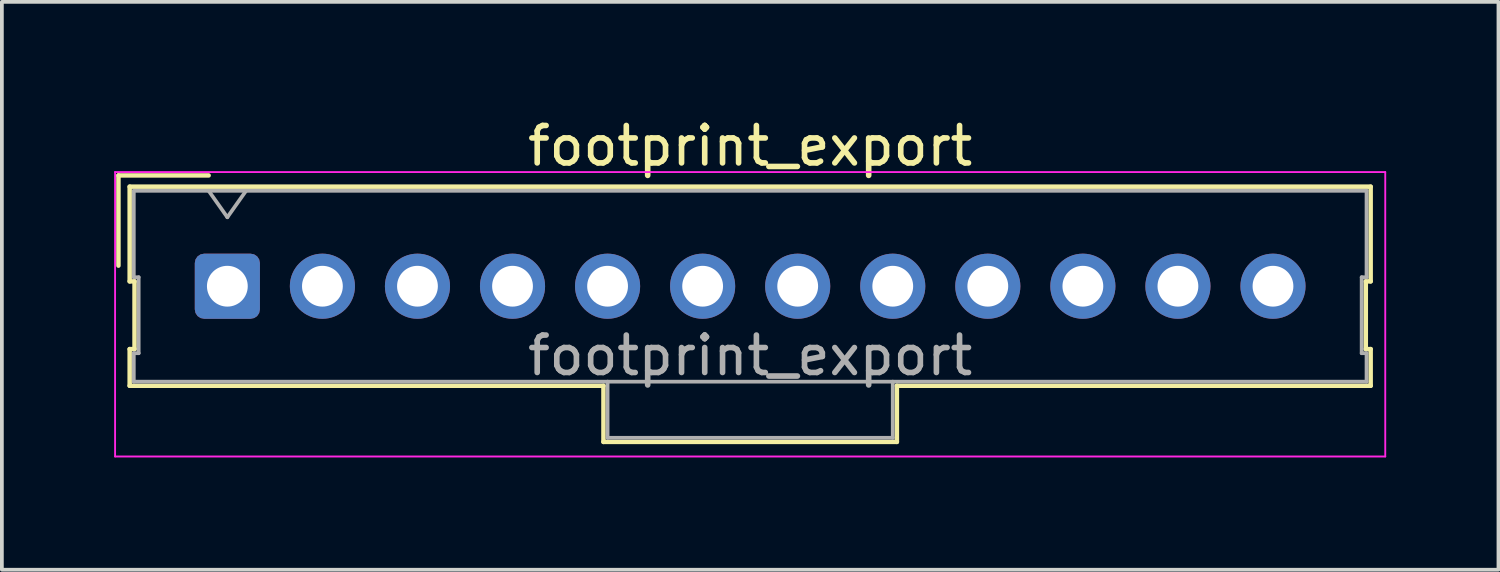
<source format=kicad_pcb>
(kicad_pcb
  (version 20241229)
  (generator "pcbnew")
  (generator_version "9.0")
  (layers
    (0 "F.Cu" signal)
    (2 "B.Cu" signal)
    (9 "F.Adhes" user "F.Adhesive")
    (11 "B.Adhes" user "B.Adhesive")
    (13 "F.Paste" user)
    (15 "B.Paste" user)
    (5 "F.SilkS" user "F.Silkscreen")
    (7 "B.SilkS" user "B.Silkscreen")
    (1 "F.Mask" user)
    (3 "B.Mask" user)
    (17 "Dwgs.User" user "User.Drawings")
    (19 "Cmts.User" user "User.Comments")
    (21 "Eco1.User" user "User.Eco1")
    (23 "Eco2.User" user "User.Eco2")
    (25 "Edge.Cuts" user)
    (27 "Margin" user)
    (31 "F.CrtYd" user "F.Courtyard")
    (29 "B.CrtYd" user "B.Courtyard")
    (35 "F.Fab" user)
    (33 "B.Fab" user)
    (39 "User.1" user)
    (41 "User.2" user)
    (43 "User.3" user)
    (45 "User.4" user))
  (footprint "footprint_export"
    (layer "F.Cu")
    (at 3.025 4.598)
    (property "Reference" "footprint_export" (at 13.97 -3.75 0) (layer "F.SilkS") (effects (font (size 1 1) (thickness 0.15))))
    (attr through_hole)
    (fp_line (start -2.91 -2.96) (end -0.5 -2.96) (stroke (width 0.12) (type solid)) (layer "F.SilkS"))
    (fp_line (start -2.91 -0.55) (end -2.91 -2.96) (stroke (width 0.12) (type solid)) (layer "F.SilkS"))
    (fp_line (start -2.61 -2.66) (end -2.61 -0.13) (stroke (width 0.12) (type solid)) (layer "F.SilkS"))
    (fp_line (start -2.61 -0.13) (end -2.48 -0.13) (stroke (width 0.12) (type solid)) (layer "F.SilkS"))
    (fp_line (start -2.61 1.68) (end -2.61 2.66) (stroke (width 0.12) (type solid)) (layer "F.SilkS"))
    (fp_line (start -2.61 2.66) (end 10.05 2.66) (stroke (width 0.12) (type solid)) (layer "F.SilkS"))
    (fp_line (start -2.48 -0.13) (end -2.48 1.68) (stroke (width 0.12) (type solid)) (layer "F.SilkS"))
    (fp_line (start -2.48 1.68) (end -2.61 1.68) (stroke (width 0.12) (type solid)) (layer "F.SilkS"))
    (fp_line (start 10.05 2.66) (end 10.05 4.16) (stroke (width 0.12) (type solid)) (layer "F.SilkS"))
    (fp_line (start 10.05 4.16) (end 17.89 4.16) (stroke (width 0.12) (type solid)) (layer "F.SilkS"))
    (fp_line (start 17.89 2.66) (end 30.55 2.66) (stroke (width 0.12) (type solid)) (layer "F.SilkS"))
    (fp_line (start 17.89 4.16) (end 17.89 2.66) (stroke (width 0.12) (type solid)) (layer "F.SilkS"))
    (fp_line (start 30.42 -0.13) (end 30.55 -0.13) (stroke (width 0.12) (type solid)) (layer "F.SilkS"))
    (fp_line (start 30.42 1.68) (end 30.42 -0.13) (stroke (width 0.12) (type solid)) (layer "F.SilkS"))
    (fp_line (start 30.55 -2.66) (end -2.61 -2.66) (stroke (width 0.12) (type solid)) (layer "F.SilkS"))
    (fp_line (start 30.55 -0.13) (end 30.55 -2.66) (stroke (width 0.12) (type solid)) (layer "F.SilkS"))
    (fp_line (start 30.55 1.68) (end 30.42 1.68) (stroke (width 0.12) (type solid)) (layer "F.SilkS"))
    (fp_line (start 30.55 2.66) (end 30.55 1.68) (stroke (width 0.12) (type solid)) (layer "F.SilkS"))
    (fp_line (start -3 -3.05) (end -3 4.55) (stroke (width 0.05) (type solid)) (layer "F.CrtYd"))
    (fp_line (start -3 4.55) (end 30.94 4.55) (stroke (width 0.05) (type solid)) (layer "F.CrtYd"))
    (fp_line (start 30.94 -3.05) (end -3 -3.05) (stroke (width 0.05) (type solid)) (layer "F.CrtYd"))
    (fp_line (start 30.94 4.55) (end 30.94 -3.05) (stroke (width 0.05) (type solid)) (layer "F.CrtYd"))
    (fp_line (start -2.5 -2.55) (end -2.5 -0.24) (stroke (width 0.1) (type solid)) (layer "F.Fab"))
    (fp_line (start -2.5 -0.24) (end -2.37 -0.24) (stroke (width 0.1) (type solid)) (layer "F.Fab"))
    (fp_line (start -2.5 1.79) (end -2.5 2.55) (stroke (width 0.1) (type solid)) (layer "F.Fab"))
    (fp_line (start -2.5 2.55) (end 30.44 2.55) (stroke (width 0.1) (type solid)) (layer "F.Fab"))
    (fp_line (start -2.37 -0.24) (end -2.37 1.79) (stroke (width 0.1) (type solid)) (layer "F.Fab"))
    (fp_line (start -2.37 1.79) (end -2.5 1.79) (stroke (width 0.1) (type solid)) (layer "F.Fab"))
    (fp_line (start 0 -1.843) (end -0.5 -2.55) (stroke (width 0.1) (type solid)) (layer "F.Fab"))
    (fp_line (start 0.5 -2.55) (end 0 -1.843) (stroke (width 0.1) (type solid)) (layer "F.Fab"))
    (fp_line (start 10.16 2.55) (end 10.16 4.05) (stroke (width 0.1) (type solid)) (layer "F.Fab"))
    (fp_line (start 10.16 4.05) (end 17.78 4.05) (stroke (width 0.1) (type solid)) (layer "F.Fab"))
    (fp_line (start 17.78 4.05) (end 17.78 2.55) (stroke (width 0.1) (type solid)) (layer "F.Fab"))
    (fp_line (start 30.31 -0.24) (end 30.44 -0.24) (stroke (width 0.1) (type solid)) (layer "F.Fab"))
    (fp_line (start 30.31 1.79) (end 30.31 -0.24) (stroke (width 0.1) (type solid)) (layer "F.Fab"))
    (fp_line (start 30.44 -2.55) (end -2.5 -2.55) (stroke (width 0.1) (type solid)) (layer "F.Fab"))
    (fp_line (start 30.44 -0.24) (end 30.44 -2.55) (stroke (width 0.1) (type solid)) (layer "F.Fab"))
    (fp_line (start 30.44 1.79) (end 30.31 1.79) (stroke (width 0.1) (type solid)) (layer "F.Fab"))
    (fp_line (start 30.44 2.55) (end 30.44 1.79) (stroke (width 0.1) (type solid)) (layer "F.Fab"))
    (fp_text user "${REFERENCE}" (at 13.97 1.85 0) (layer "F.Fab") (effects (font (size 1 1) (thickness 0.15))))
    (pad "1" thru_hole roundrect (at 0 0) (size 1.74 1.74) (drill 1.09) (layers "*.Cu" "*.Mask") (roundrect_rratio 0.144))
    (pad "2" thru_hole circle (at 2.54 0) (size 1.74 1.74) (drill 1.09) (layers "*.Cu" "*.Mask"))
    (pad "3" thru_hole circle (at 5.08 0) (size 1.74 1.74) (drill 1.09) (layers "*.Cu" "*.Mask"))
    (pad "4" thru_hole circle (at 7.62 0) (size 1.74 1.74) (drill 1.09) (layers "*.Cu" "*.Mask"))
    (pad "5" thru_hole circle (at 10.16 0) (size 1.74 1.74) (drill 1.09) (layers "*.Cu" "*.Mask"))
    (pad "6" thru_hole circle (at 12.7 0) (size 1.74 1.74) (drill 1.09) (layers "*.Cu" "*.Mask"))
    (pad "7" thru_hole circle (at 15.24 0) (size 1.74 1.74) (drill 1.09) (layers "*.Cu" "*.Mask"))
    (pad "8" thru_hole circle (at 17.78 0) (size 1.74 1.74) (drill 1.09) (layers "*.Cu" "*.Mask"))
    (pad "9" thru_hole circle (at 20.32 0) (size 1.74 1.74) (drill 1.09) (layers "*.Cu" "*.Mask"))
    (pad "10" thru_hole circle (at 22.86 0) (size 1.74 1.74) (drill 1.09) (layers "*.Cu" "*.Mask"))
    (pad "11" thru_hole circle (at 25.4 0) (size 1.74 1.74) (drill 1.09) (layers "*.Cu" "*.Mask"))
    (pad "12" thru_hole circle (at 27.94 0) (size 1.74 1.74) (drill 1.09) (layers "*.Cu" "*.Mask")))
  (gr_rect
    (start -3 -3)
    (end 36.99 12.173)
    (stroke (width 0.1) (type default))
    (fill no)
    (layer "Edge.Cuts")))
</source>
